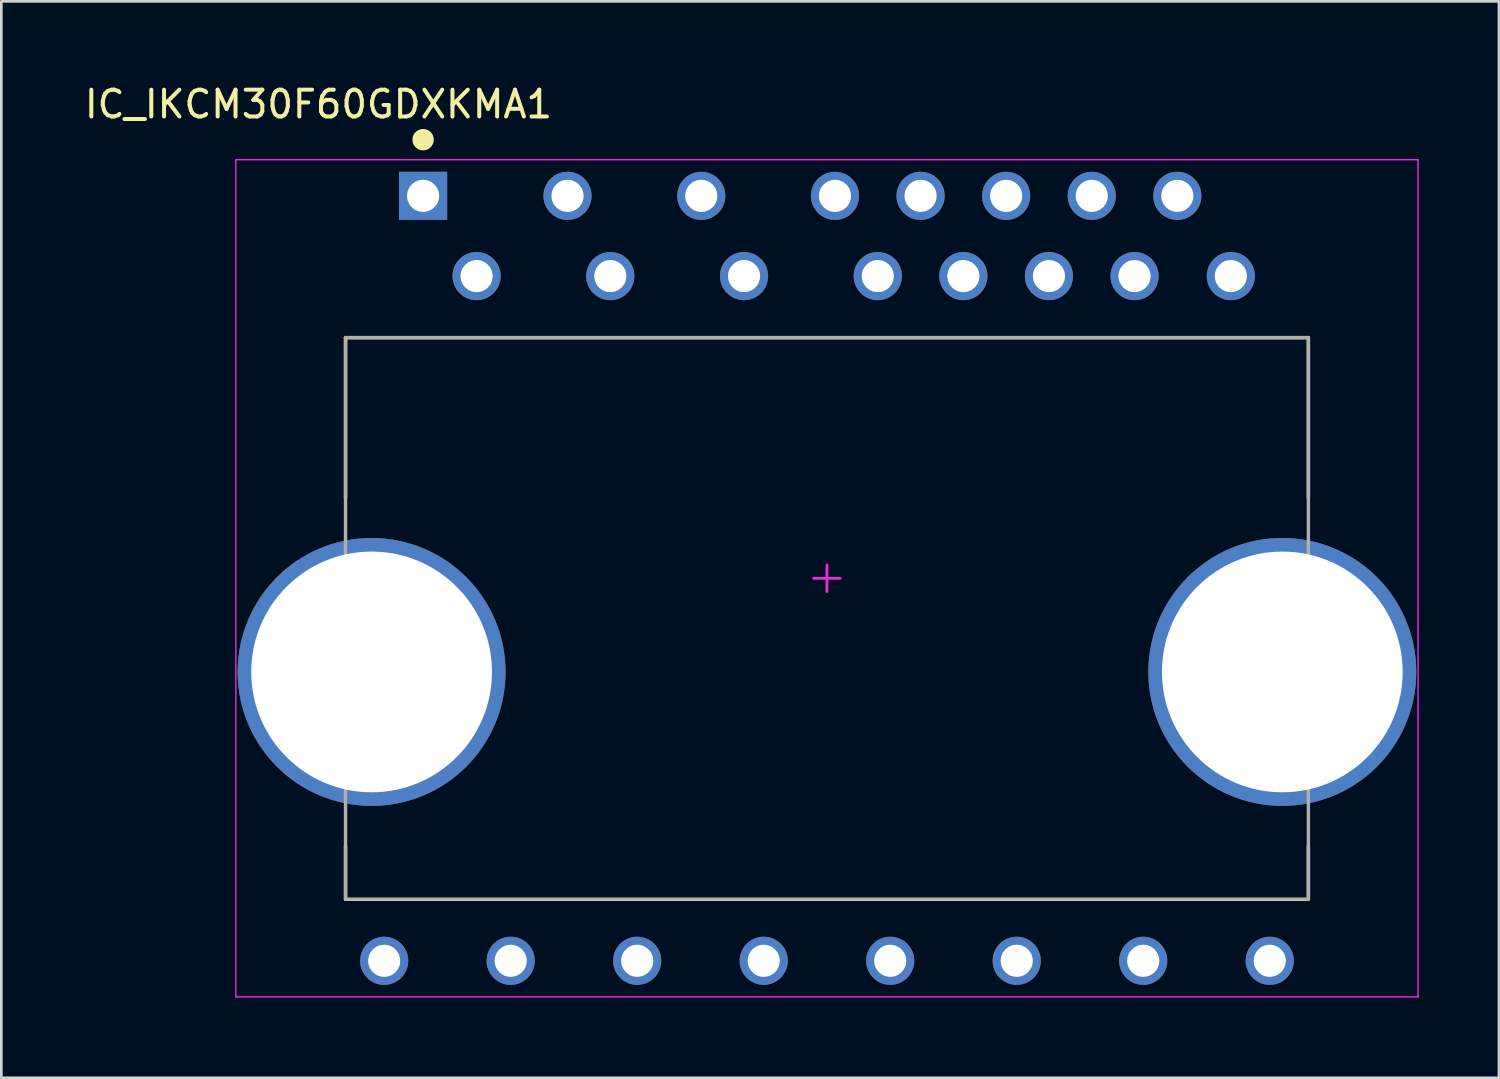
<source format=kicad_pcb>
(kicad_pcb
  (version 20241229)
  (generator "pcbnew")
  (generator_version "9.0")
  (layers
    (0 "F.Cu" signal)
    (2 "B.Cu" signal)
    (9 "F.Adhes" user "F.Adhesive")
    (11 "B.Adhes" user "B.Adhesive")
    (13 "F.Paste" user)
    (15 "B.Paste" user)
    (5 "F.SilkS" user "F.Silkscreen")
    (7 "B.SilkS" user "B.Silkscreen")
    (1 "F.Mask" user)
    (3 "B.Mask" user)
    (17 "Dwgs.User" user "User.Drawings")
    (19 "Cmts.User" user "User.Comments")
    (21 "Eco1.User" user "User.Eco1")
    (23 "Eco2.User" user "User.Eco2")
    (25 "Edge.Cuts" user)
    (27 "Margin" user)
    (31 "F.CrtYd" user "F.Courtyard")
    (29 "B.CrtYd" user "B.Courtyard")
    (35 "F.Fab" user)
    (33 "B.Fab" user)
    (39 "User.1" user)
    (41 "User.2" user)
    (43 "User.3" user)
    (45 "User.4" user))
  (footprint "IC_IKCM30F60GDXKMA1"
    (layer "F.Cu")
    (at 27.869 18.573)
    (property "Reference" "IC_IKCM30F60GDXKMA1" (at -19.012 -17.724 0) (layer "F.SilkS") (effects (font (size 1.002 1.002) (thickness 0.15))))
    (attr through_hole)
    (fp_line (start -18 -9) (end 18 -9) (stroke (width 0.127) (type solid)) (layer "F.SilkS"))
    (fp_line (start -18 -3) (end -18 -9) (stroke (width 0.127) (type solid)) (layer "F.SilkS"))
    (fp_line (start -18 12) (end -18 10) (stroke (width 0.127) (type solid)) (layer "F.SilkS"))
    (fp_line (start -18 12) (end 18 12) (stroke (width 0.127) (type solid)) (layer "F.SilkS"))
    (fp_line (start 18 -3) (end 18 -9) (stroke (width 0.127) (type solid)) (layer "F.SilkS"))
    (fp_line (start 18 12) (end 18 10) (stroke (width 0.127) (type solid)) (layer "F.SilkS"))
    (fp_circle (center -15.1 -16.4) (end -14.9 -16.4) (stroke (width 0.4) (type solid)) (fill no) (layer "F.SilkS"))
    (fp_line (start -22.1 -15.65) (end 22.1 -15.65) (stroke (width 0.05) (type solid)) (layer "F.CrtYd"))
    (fp_line (start -22.1 15.65) (end -22.1 -15.65) (stroke (width 0.05) (type solid)) (layer "F.CrtYd"))
    (fp_line (start -22.1 15.65) (end 22.1 15.65) (stroke (width 0.05) (type solid)) (layer "F.CrtYd"))
    (fp_line (start -0.5 0) (end 0.5 0) (stroke (width 0.1) (type solid)) (layer "F.CrtYd"))
    (fp_line (start 0 0.5) (end 0 -0.5) (stroke (width 0.1) (type solid)) (layer "F.CrtYd"))
    (fp_line (start 22.1 15.65) (end 22.1 -15.65) (stroke (width 0.05) (type solid)) (layer "F.CrtYd"))
    (fp_line (start -18 -9) (end 18 -9) (stroke (width 0.127) (type solid)) (layer "F.Fab"))
    (fp_line (start -18 12) (end -18 -9) (stroke (width 0.127) (type solid)) (layer "F.Fab"))
    (fp_line (start -18 12) (end 18 12) (stroke (width 0.1) (type solid)) (layer "F.Fab"))
    (fp_line (start 18 12) (end 18 -9) (stroke (width 0.127) (type solid)) (layer "F.Fab"))
    (pad "1" thru_hole rect (at -15.1 -14.3) (size 1.8 1.8) (drill 1.2) (layers "*.Cu" "*.Mask"))
    (pad "2" thru_hole circle (at -13.1 -11.3) (size 1.8 1.8) (drill 1.2) (layers "*.Cu" "*.Mask"))
    (pad "3" thru_hole circle (at -9.7 -14.3) (size 1.8 1.8) (drill 1.2) (layers "*.Cu" "*.Mask"))
    (pad "4" thru_hole circle (at -8.1 -11.3) (size 1.8 1.8) (drill 1.2) (layers "*.Cu" "*.Mask"))
    (pad "5" thru_hole circle (at -4.7 -14.3) (size 1.8 1.8) (drill 1.2) (layers "*.Cu" "*.Mask"))
    (pad "6" thru_hole circle (at -3.1 -11.3) (size 1.8 1.8) (drill 1.2) (layers "*.Cu" "*.Mask"))
    (pad "7" thru_hole circle (at 0.3 -14.3) (size 1.8 1.8) (drill 1.2) (layers "*.Cu" "*.Mask"))
    (pad "8" thru_hole circle (at 1.9 -11.3) (size 1.8 1.8) (drill 1.2) (layers "*.Cu" "*.Mask"))
    (pad "9" thru_hole circle (at 3.5 -14.3) (size 1.8 1.8) (drill 1.2) (layers "*.Cu" "*.Mask"))
    (pad "10" thru_hole circle (at 5.1 -11.3) (size 1.8 1.8) (drill 1.2) (layers "*.Cu" "*.Mask"))
    (pad "11" thru_hole circle (at 6.7 -14.3) (size 1.8 1.8) (drill 1.2) (layers "*.Cu" "*.Mask"))
    (pad "12" thru_hole circle (at 8.3 -11.3) (size 1.8 1.8) (drill 1.2) (layers "*.Cu" "*.Mask"))
    (pad "13" thru_hole circle (at 9.9 -14.3) (size 1.8 1.8) (drill 1.2) (layers "*.Cu" "*.Mask"))
    (pad "14" thru_hole circle (at 11.5 -11.3) (size 1.8 1.8) (drill 1.2) (layers "*.Cu" "*.Mask"))
    (pad "15" thru_hole circle (at 13.1 -14.3) (size 1.8 1.8) (drill 1.2) (layers "*.Cu" "*.Mask"))
    (pad "16" thru_hole circle (at 15.1 -11.3) (size 1.8 1.8) (drill 1.2) (layers "*.Cu" "*.Mask"))
    (pad "17" thru_hole circle (at 16.555 14.3) (size 1.8 1.8) (drill 1.2) (layers "*.Cu" "*.Mask"))
    (pad "18" thru_hole circle (at 11.825 14.3) (size 1.8 1.8) (drill 1.2) (layers "*.Cu" "*.Mask"))
    (pad "19" thru_hole circle (at 7.095 14.3) (size 1.8 1.8) (drill 1.2) (layers "*.Cu" "*.Mask"))
    (pad "20" thru_hole circle (at 2.365 14.3) (size 1.8 1.8) (drill 1.2) (layers "*.Cu" "*.Mask"))
    (pad "21" thru_hole circle (at -2.365 14.3) (size 1.8 1.8) (drill 1.2) (layers "*.Cu" "*.Mask"))
    (pad "22" thru_hole circle (at -7.095 14.3) (size 1.8 1.8) (drill 1.2) (layers "*.Cu" "*.Mask"))
    (pad "23" thru_hole circle (at -11.825 14.3) (size 1.8 1.8) (drill 1.2) (layers "*.Cu" "*.Mask"))
    (pad "24" thru_hole circle (at -16.555 14.3) (size 1.8 1.8) (drill 1.2) (layers "*.Cu" "*.Mask"))
    (pad "25" thru_hole circle (at -17.025 3.5) (size 10.016 10.016) (drill 9) (layers "*.Cu"))
    (pad "26" thru_hole circle (at 17.025 3.5) (size 10.016 10.016) (drill 9) (layers "*.Cu")))
  (gr_rect
    (start -3 -3)
    (end 52.994 37.248)
    (stroke (width 0.1) (type default))
    (fill no)
    (layer "Edge.Cuts")))
</source>
